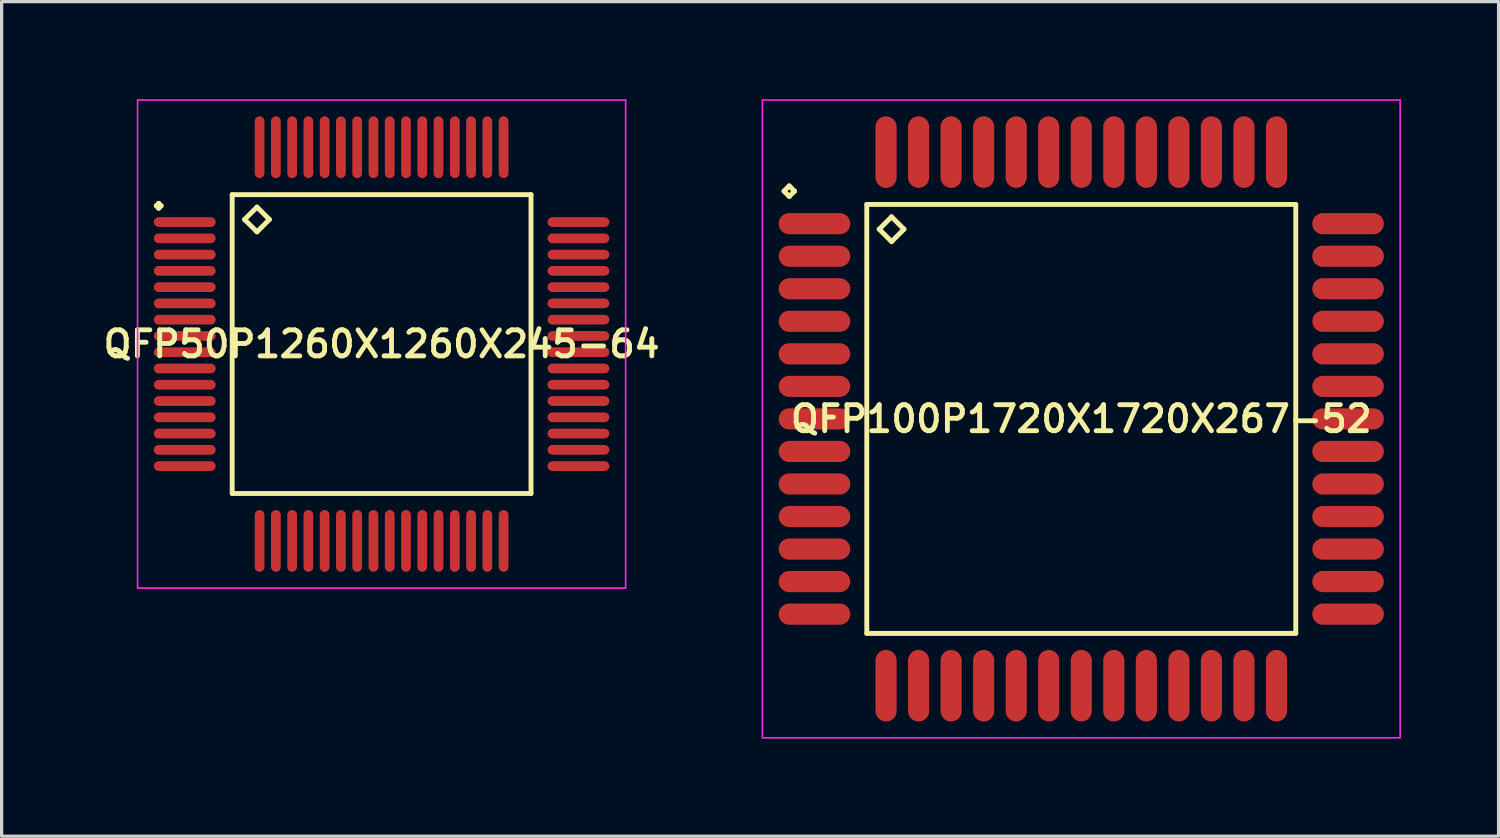
<source format=kicad_pcb>
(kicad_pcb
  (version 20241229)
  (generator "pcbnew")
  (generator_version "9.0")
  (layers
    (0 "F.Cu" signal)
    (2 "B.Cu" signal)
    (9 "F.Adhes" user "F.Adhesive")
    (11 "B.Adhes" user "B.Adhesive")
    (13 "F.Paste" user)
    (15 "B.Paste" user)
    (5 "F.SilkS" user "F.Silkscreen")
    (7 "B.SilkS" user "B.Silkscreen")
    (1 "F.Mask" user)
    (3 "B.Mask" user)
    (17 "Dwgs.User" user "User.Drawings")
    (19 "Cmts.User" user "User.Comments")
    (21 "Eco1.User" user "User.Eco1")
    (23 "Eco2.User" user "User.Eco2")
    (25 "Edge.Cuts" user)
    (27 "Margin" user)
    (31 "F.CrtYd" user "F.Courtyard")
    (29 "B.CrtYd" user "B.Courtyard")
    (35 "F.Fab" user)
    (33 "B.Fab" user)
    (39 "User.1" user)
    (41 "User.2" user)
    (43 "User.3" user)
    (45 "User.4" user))
  (footprint "QFP100P1720X1720X267-52"
    (layer "F.Cu")
    (at 30.182 9.825)
    (property "Reference" "QFP100P1720X1720X267-52" (at 0 0 0) (layer "F.SilkS") (effects (font (size 0.8 0.8) (thickness 0.15))))
    (attr smd)
    (fp_line (start -9.137 -7) (end -8.975 -7.162) (stroke (width 0.15) (type solid)) (layer "F.SilkS"))
    (fp_line (start -8.975 -7.162) (end -8.812 -7) (stroke (width 0.15) (type solid)) (layer "F.SilkS"))
    (fp_line (start -8.975 -6.838) (end -9.137 -7) (stroke (width 0.15) (type solid)) (layer "F.SilkS"))
    (fp_line (start -8.812 -7) (end -8.975 -6.838) (stroke (width 0.15) (type solid)) (layer "F.SilkS"))
    (fp_line (start -6.592 -6.592) (end -6.592 6.592) (stroke (width 0.15) (type solid)) (layer "F.SilkS"))
    (fp_line (start -6.592 6.592) (end 6.592 6.592) (stroke (width 0.15) (type solid)) (layer "F.SilkS"))
    (fp_line (start -6.211 -5.83) (end -5.83 -6.211) (stroke (width 0.15) (type solid)) (layer "F.SilkS"))
    (fp_line (start -5.83 -6.211) (end -5.449 -5.83) (stroke (width 0.15) (type solid)) (layer "F.SilkS"))
    (fp_line (start -5.83 -5.449) (end -6.211 -5.83) (stroke (width 0.15) (type solid)) (layer "F.SilkS"))
    (fp_line (start -5.449 -5.83) (end -5.83 -5.449) (stroke (width 0.15) (type solid)) (layer "F.SilkS"))
    (fp_line (start 6.592 -6.592) (end -6.592 -6.592) (stroke (width 0.15) (type solid)) (layer "F.SilkS"))
    (fp_line (start 6.592 6.592) (end 6.592 -6.592) (stroke (width 0.15) (type solid)) (layer "F.SilkS"))
    (fp_line (start -9.8 -9.8) (end 9.8 -9.8) (stroke (width 0.05) (type solid)) (layer "F.CrtYd"))
    (fp_line (start -9.8 9.8) (end -9.8 -9.8) (stroke (width 0.05) (type solid)) (layer "F.CrtYd"))
    (fp_line (start 9.8 -9.8) (end 9.8 9.8) (stroke (width 0.05) (type solid)) (layer "F.CrtYd"))
    (fp_line (start 9.8 9.8) (end -9.8 9.8) (stroke (width 0.05) (type solid)) (layer "F.CrtYd"))
    (pad "1" smd oval (at -8.2 -6) (size 2.2 0.65) (layers "F.Cu" "F.Mask" "F.Paste"))
    (pad "2" smd oval (at -8.2 -5) (size 2.2 0.65) (layers "F.Cu" "F.Mask" "F.Paste"))
    (pad "3" smd oval (at -8.2 -4) (size 2.2 0.65) (layers "F.Cu" "F.Mask" "F.Paste"))
    (pad "4" smd oval (at -8.2 -3) (size 2.2 0.65) (layers "F.Cu" "F.Mask" "F.Paste"))
    (pad "5" smd oval (at -8.2 -2) (size 2.2 0.65) (layers "F.Cu" "F.Mask" "F.Paste"))
    (pad "6" smd oval (at -8.2 -1) (size 2.2 0.65) (layers "F.Cu" "F.Mask" "F.Paste"))
    (pad "7" smd oval (at -8.2 0) (size 2.2 0.65) (layers "F.Cu" "F.Mask" "F.Paste"))
    (pad "8" smd oval (at -8.2 1) (size 2.2 0.65) (layers "F.Cu" "F.Mask" "F.Paste"))
    (pad "9" smd oval (at -8.2 2) (size 2.2 0.65) (layers "F.Cu" "F.Mask" "F.Paste"))
    (pad "10" smd oval (at -8.2 3) (size 2.2 0.65) (layers "F.Cu" "F.Mask" "F.Paste"))
    (pad "11" smd oval (at -8.2 4) (size 2.2 0.65) (layers "F.Cu" "F.Mask" "F.Paste"))
    (pad "12" smd oval (at -8.2 5) (size 2.2 0.65) (layers "F.Cu" "F.Mask" "F.Paste"))
    (pad "13" smd oval (at -8.2 6) (size 2.2 0.65) (layers "F.Cu" "F.Mask" "F.Paste"))
    (pad "14" smd oval (at -6 8.2) (size 0.65 2.2) (layers "F.Cu" "F.Mask" "F.Paste"))
    (pad "15" smd oval (at -5 8.2) (size 0.65 2.2) (layers "F.Cu" "F.Mask" "F.Paste"))
    (pad "16" smd oval (at -4 8.2) (size 0.65 2.2) (layers "F.Cu" "F.Mask" "F.Paste"))
    (pad "17" smd oval (at -3 8.2) (size 0.65 2.2) (layers "F.Cu" "F.Mask" "F.Paste"))
    (pad "18" smd oval (at -2 8.2) (size 0.65 2.2) (layers "F.Cu" "F.Mask" "F.Paste"))
    (pad "19" smd oval (at -1 8.2) (size 0.65 2.2) (layers "F.Cu" "F.Mask" "F.Paste"))
    (pad "20" smd oval (at 0 8.2) (size 0.65 2.2) (layers "F.Cu" "F.Mask" "F.Paste"))
    (pad "21" smd oval (at 1 8.2) (size 0.65 2.2) (layers "F.Cu" "F.Mask" "F.Paste"))
    (pad "22" smd oval (at 2 8.2) (size 0.65 2.2) (layers "F.Cu" "F.Mask" "F.Paste"))
    (pad "23" smd oval (at 3 8.2) (size 0.65 2.2) (layers "F.Cu" "F.Mask" "F.Paste"))
    (pad "24" smd oval (at 4 8.2) (size 0.65 2.2) (layers "F.Cu" "F.Mask" "F.Paste"))
    (pad "25" smd oval (at 5 8.2) (size 0.65 2.2) (layers "F.Cu" "F.Mask" "F.Paste"))
    (pad "26" smd oval (at 6 8.2) (size 0.65 2.2) (layers "F.Cu" "F.Mask" "F.Paste"))
    (pad "27" smd oval (at 8.2 6) (size 2.2 0.65) (layers "F.Cu" "F.Mask" "F.Paste"))
    (pad "28" smd oval (at 8.2 5) (size 2.2 0.65) (layers "F.Cu" "F.Mask" "F.Paste"))
    (pad "29" smd oval (at 8.2 4) (size 2.2 0.65) (layers "F.Cu" "F.Mask" "F.Paste"))
    (pad "30" smd oval (at 8.2 3) (size 2.2 0.65) (layers "F.Cu" "F.Mask" "F.Paste"))
    (pad "31" smd oval (at 8.2 2) (size 2.2 0.65) (layers "F.Cu" "F.Mask" "F.Paste"))
    (pad "32" smd oval (at 8.2 1) (size 2.2 0.65) (layers "F.Cu" "F.Mask" "F.Paste"))
    (pad "33" smd oval (at 8.2 0) (size 2.2 0.65) (layers "F.Cu" "F.Mask" "F.Paste"))
    (pad "34" smd oval (at 8.2 -1) (size 2.2 0.65) (layers "F.Cu" "F.Mask" "F.Paste"))
    (pad "35" smd oval (at 8.2 -2) (size 2.2 0.65) (layers "F.Cu" "F.Mask" "F.Paste"))
    (pad "36" smd oval (at 8.2 -3) (size 2.2 0.65) (layers "F.Cu" "F.Mask" "F.Paste"))
    (pad "37" smd oval (at 8.2 -4) (size 2.2 0.65) (layers "F.Cu" "F.Mask" "F.Paste"))
    (pad "38" smd oval (at 8.2 -5) (size 2.2 0.65) (layers "F.Cu" "F.Mask" "F.Paste"))
    (pad "39" smd oval (at 8.2 -6) (size 2.2 0.65) (layers "F.Cu" "F.Mask" "F.Paste"))
    (pad "40" smd oval (at 6 -8.2) (size 0.65 2.2) (layers "F.Cu" "F.Mask" "F.Paste"))
    (pad "41" smd oval (at 5 -8.2) (size 0.65 2.2) (layers "F.Cu" "F.Mask" "F.Paste"))
    (pad "42" smd oval (at 4 -8.2) (size 0.65 2.2) (layers "F.Cu" "F.Mask" "F.Paste"))
    (pad "43" smd oval (at 3 -8.2) (size 0.65 2.2) (layers "F.Cu" "F.Mask" "F.Paste"))
    (pad "44" smd oval (at 2 -8.2) (size 0.65 2.2) (layers "F.Cu" "F.Mask" "F.Paste"))
    (pad "45" smd oval (at 1 -8.2) (size 0.65 2.2) (layers "F.Cu" "F.Mask" "F.Paste"))
    (pad "46" smd oval (at 0 -8.2) (size 0.65 2.2) (layers "F.Cu" "F.Mask" "F.Paste"))
    (pad "47" smd oval (at -1 -8.2) (size 0.65 2.2) (layers "F.Cu" "F.Mask" "F.Paste"))
    (pad "48" smd oval (at -2 -8.2) (size 0.65 2.2) (layers "F.Cu" "F.Mask" "F.Paste"))
    (pad "49" smd oval (at -3 -8.2) (size 0.65 2.2) (layers "F.Cu" "F.Mask" "F.Paste"))
    (pad "50" smd oval (at -4 -8.2) (size 0.65 2.2) (layers "F.Cu" "F.Mask" "F.Paste"))
    (pad "51" smd oval (at -5 -8.2) (size 0.65 2.2) (layers "F.Cu" "F.Mask" "F.Paste"))
    (pad "52" smd oval (at -6 -8.2) (size 0.65 2.2) (layers "F.Cu" "F.Mask" "F.Paste")))
  (footprint "QFP50P1260X1260X245-64"
    (layer "F.Cu")
    (at 8.678 7.525)
    (property "Reference" "QFP50P1260X1260X245-64" (at 0 0 0) (layer "F.SilkS") (effects (font (size 0.8 0.8) (thickness 0.15))))
    (attr smd)
    (fp_line (start -6.925 -4.25) (end -6.85 -4.325) (stroke (width 0.15) (type solid)) (layer "F.SilkS"))
    (fp_line (start -6.85 -4.325) (end -6.775 -4.25) (stroke (width 0.15) (type solid)) (layer "F.SilkS"))
    (fp_line (start -6.85 -4.175) (end -6.925 -4.25) (stroke (width 0.15) (type solid)) (layer "F.SilkS"))
    (fp_line (start -6.775 -4.25) (end -6.85 -4.175) (stroke (width 0.15) (type solid)) (layer "F.SilkS"))
    (fp_line (start -4.592 -4.592) (end -4.592 4.592) (stroke (width 0.15) (type solid)) (layer "F.SilkS"))
    (fp_line (start -4.592 4.592) (end 4.592 4.592) (stroke (width 0.15) (type solid)) (layer "F.SilkS"))
    (fp_line (start -4.211 -3.83) (end -3.83 -4.211) (stroke (width 0.15) (type solid)) (layer "F.SilkS"))
    (fp_line (start -3.83 -4.211) (end -3.449 -3.83) (stroke (width 0.15) (type solid)) (layer "F.SilkS"))
    (fp_line (start -3.83 -3.449) (end -4.211 -3.83) (stroke (width 0.15) (type solid)) (layer "F.SilkS"))
    (fp_line (start -3.449 -3.83) (end -3.83 -3.449) (stroke (width 0.15) (type solid)) (layer "F.SilkS"))
    (fp_line (start 4.592 -4.592) (end -4.592 -4.592) (stroke (width 0.15) (type solid)) (layer "F.SilkS"))
    (fp_line (start 4.592 4.592) (end 4.592 -4.592) (stroke (width 0.15) (type solid)) (layer "F.SilkS"))
    (fp_line (start -7.5 -7.5) (end 7.5 -7.5) (stroke (width 0.05) (type solid)) (layer "F.CrtYd"))
    (fp_line (start -7.5 7.5) (end -7.5 -7.5) (stroke (width 0.05) (type solid)) (layer "F.CrtYd"))
    (fp_line (start 7.5 -7.5) (end 7.5 7.5) (stroke (width 0.05) (type solid)) (layer "F.CrtYd"))
    (fp_line (start 7.5 7.5) (end -7.5 7.5) (stroke (width 0.05) (type solid)) (layer "F.CrtYd"))
    (pad "1" smd oval (at -6.05 -3.75) (size 1.9 0.3) (layers "F.Cu" "F.Mask" "F.Paste"))
    (pad "2" smd oval (at -6.05 -3.25) (size 1.9 0.3) (layers "F.Cu" "F.Mask" "F.Paste"))
    (pad "3" smd oval (at -6.05 -2.75) (size 1.9 0.3) (layers "F.Cu" "F.Mask" "F.Paste"))
    (pad "4" smd oval (at -6.05 -2.25) (size 1.9 0.3) (layers "F.Cu" "F.Mask" "F.Paste"))
    (pad "5" smd oval (at -6.05 -1.75) (size 1.9 0.3) (layers "F.Cu" "F.Mask" "F.Paste"))
    (pad "6" smd oval (at -6.05 -1.25) (size 1.9 0.3) (layers "F.Cu" "F.Mask" "F.Paste"))
    (pad "7" smd oval (at -6.05 -0.75) (size 1.9 0.3) (layers "F.Cu" "F.Mask" "F.Paste"))
    (pad "8" smd oval (at -6.05 -0.25) (size 1.9 0.3) (layers "F.Cu" "F.Mask" "F.Paste"))
    (pad "9" smd oval (at -6.05 0.25) (size 1.9 0.3) (layers "F.Cu" "F.Mask" "F.Paste"))
    (pad "10" smd oval (at -6.05 0.75) (size 1.9 0.3) (layers "F.Cu" "F.Mask" "F.Paste"))
    (pad "11" smd oval (at -6.05 1.25) (size 1.9 0.3) (layers "F.Cu" "F.Mask" "F.Paste"))
    (pad "12" smd oval (at -6.05 1.75) (size 1.9 0.3) (layers "F.Cu" "F.Mask" "F.Paste"))
    (pad "13" smd oval (at -6.05 2.25) (size 1.9 0.3) (layers "F.Cu" "F.Mask" "F.Paste"))
    (pad "14" smd oval (at -6.05 2.75) (size 1.9 0.3) (layers "F.Cu" "F.Mask" "F.Paste"))
    (pad "15" smd oval (at -6.05 3.25) (size 1.9 0.3) (layers "F.Cu" "F.Mask" "F.Paste"))
    (pad "16" smd oval (at -6.05 3.75) (size 1.9 0.3) (layers "F.Cu" "F.Mask" "F.Paste"))
    (pad "17" smd oval (at -3.75 6.05) (size 0.3 1.9) (layers "F.Cu" "F.Mask" "F.Paste"))
    (pad "18" smd oval (at -3.25 6.05) (size 0.3 1.9) (layers "F.Cu" "F.Mask" "F.Paste"))
    (pad "19" smd oval (at -2.75 6.05) (size 0.3 1.9) (layers "F.Cu" "F.Mask" "F.Paste"))
    (pad "20" smd oval (at -2.25 6.05) (size 0.3 1.9) (layers "F.Cu" "F.Mask" "F.Paste"))
    (pad "21" smd oval (at -1.75 6.05) (size 0.3 1.9) (layers "F.Cu" "F.Mask" "F.Paste"))
    (pad "22" smd oval (at -1.25 6.05) (size 0.3 1.9) (layers "F.Cu" "F.Mask" "F.Paste"))
    (pad "23" smd oval (at -0.75 6.05) (size 0.3 1.9) (layers "F.Cu" "F.Mask" "F.Paste"))
    (pad "24" smd oval (at -0.25 6.05) (size 0.3 1.9) (layers "F.Cu" "F.Mask" "F.Paste"))
    (pad "25" smd oval (at 0.25 6.05) (size 0.3 1.9) (layers "F.Cu" "F.Mask" "F.Paste"))
    (pad "26" smd oval (at 0.75 6.05) (size 0.3 1.9) (layers "F.Cu" "F.Mask" "F.Paste"))
    (pad "27" smd oval (at 1.25 6.05) (size 0.3 1.9) (layers "F.Cu" "F.Mask" "F.Paste"))
    (pad "28" smd oval (at 1.75 6.05) (size 0.3 1.9) (layers "F.Cu" "F.Mask" "F.Paste"))
    (pad "29" smd oval (at 2.25 6.05) (size 0.3 1.9) (layers "F.Cu" "F.Mask" "F.Paste"))
    (pad "30" smd oval (at 2.75 6.05) (size 0.3 1.9) (layers "F.Cu" "F.Mask" "F.Paste"))
    (pad "31" smd oval (at 3.25 6.05) (size 0.3 1.9) (layers "F.Cu" "F.Mask" "F.Paste"))
    (pad "32" smd oval (at 3.75 6.05) (size 0.3 1.9) (layers "F.Cu" "F.Mask" "F.Paste"))
    (pad "33" smd oval (at 6.05 3.75) (size 1.9 0.3) (layers "F.Cu" "F.Mask" "F.Paste"))
    (pad "34" smd oval (at 6.05 3.25) (size 1.9 0.3) (layers "F.Cu" "F.Mask" "F.Paste"))
    (pad "35" smd oval (at 6.05 2.75) (size 1.9 0.3) (layers "F.Cu" "F.Mask" "F.Paste"))
    (pad "36" smd oval (at 6.05 2.25) (size 1.9 0.3) (layers "F.Cu" "F.Mask" "F.Paste"))
    (pad "37" smd oval (at 6.05 1.75) (size 1.9 0.3) (layers "F.Cu" "F.Mask" "F.Paste"))
    (pad "38" smd oval (at 6.05 1.25) (size 1.9 0.3) (layers "F.Cu" "F.Mask" "F.Paste"))
    (pad "39" smd oval (at 6.05 0.75) (size 1.9 0.3) (layers "F.Cu" "F.Mask" "F.Paste"))
    (pad "40" smd oval (at 6.05 0.25) (size 1.9 0.3) (layers "F.Cu" "F.Mask" "F.Paste"))
    (pad "41" smd oval (at 6.05 -0.25) (size 1.9 0.3) (layers "F.Cu" "F.Mask" "F.Paste"))
    (pad "42" smd oval (at 6.05 -0.75) (size 1.9 0.3) (layers "F.Cu" "F.Mask" "F.Paste"))
    (pad "43" smd oval (at 6.05 -1.25) (size 1.9 0.3) (layers "F.Cu" "F.Mask" "F.Paste"))
    (pad "44" smd oval (at 6.05 -1.75) (size 1.9 0.3) (layers "F.Cu" "F.Mask" "F.Paste"))
    (pad "45" smd oval (at 6.05 -2.25) (size 1.9 0.3) (layers "F.Cu" "F.Mask" "F.Paste"))
    (pad "46" smd oval (at 6.05 -2.75) (size 1.9 0.3) (layers "F.Cu" "F.Mask" "F.Paste"))
    (pad "47" smd oval (at 6.05 -3.25) (size 1.9 0.3) (layers "F.Cu" "F.Mask" "F.Paste"))
    (pad "48" smd oval (at 6.05 -3.75) (size 1.9 0.3) (layers "F.Cu" "F.Mask" "F.Paste"))
    (pad "49" smd oval (at 3.75 -6.05) (size 0.3 1.9) (layers "F.Cu" "F.Mask" "F.Paste"))
    (pad "50" smd oval (at 3.25 -6.05) (size 0.3 1.9) (layers "F.Cu" "F.Mask" "F.Paste"))
    (pad "51" smd oval (at 2.75 -6.05) (size 0.3 1.9) (layers "F.Cu" "F.Mask" "F.Paste"))
    (pad "52" smd oval (at 2.25 -6.05) (size 0.3 1.9) (layers "F.Cu" "F.Mask" "F.Paste"))
    (pad "53" smd oval (at 1.75 -6.05) (size 0.3 1.9) (layers "F.Cu" "F.Mask" "F.Paste"))
    (pad "54" smd oval (at 1.25 -6.05) (size 0.3 1.9) (layers "F.Cu" "F.Mask" "F.Paste"))
    (pad "55" smd oval (at 0.75 -6.05) (size 0.3 1.9) (layers "F.Cu" "F.Mask" "F.Paste"))
    (pad "56" smd oval (at 0.25 -6.05) (size 0.3 1.9) (layers "F.Cu" "F.Mask" "F.Paste"))
    (pad "57" smd oval (at -0.25 -6.05) (size 0.3 1.9) (layers "F.Cu" "F.Mask" "F.Paste"))
    (pad "58" smd oval (at -0.75 -6.05) (size 0.3 1.9) (layers "F.Cu" "F.Mask" "F.Paste"))
    (pad "59" smd oval (at -1.25 -6.05) (size 0.3 1.9) (layers "F.Cu" "F.Mask" "F.Paste"))
    (pad "60" smd oval (at -1.75 -6.05) (size 0.3 1.9) (layers "F.Cu" "F.Mask" "F.Paste"))
    (pad "61" smd oval (at -2.25 -6.05) (size 0.3 1.9) (layers "F.Cu" "F.Mask" "F.Paste"))
    (pad "62" smd oval (at -2.75 -6.05) (size 0.3 1.9) (layers "F.Cu" "F.Mask" "F.Paste"))
    (pad "63" smd oval (at -3.25 -6.05) (size 0.3 1.9) (layers "F.Cu" "F.Mask" "F.Paste"))
    (pad "64" smd oval (at -3.75 -6.05) (size 0.3 1.9) (layers "F.Cu" "F.Mask" "F.Paste")))
  (gr_rect
    (start -3 -3)
    (end 43.007 22.65)
    (stroke (width 0.1) (type default))
    (fill no)
    (layer "Edge.Cuts")))
</source>
